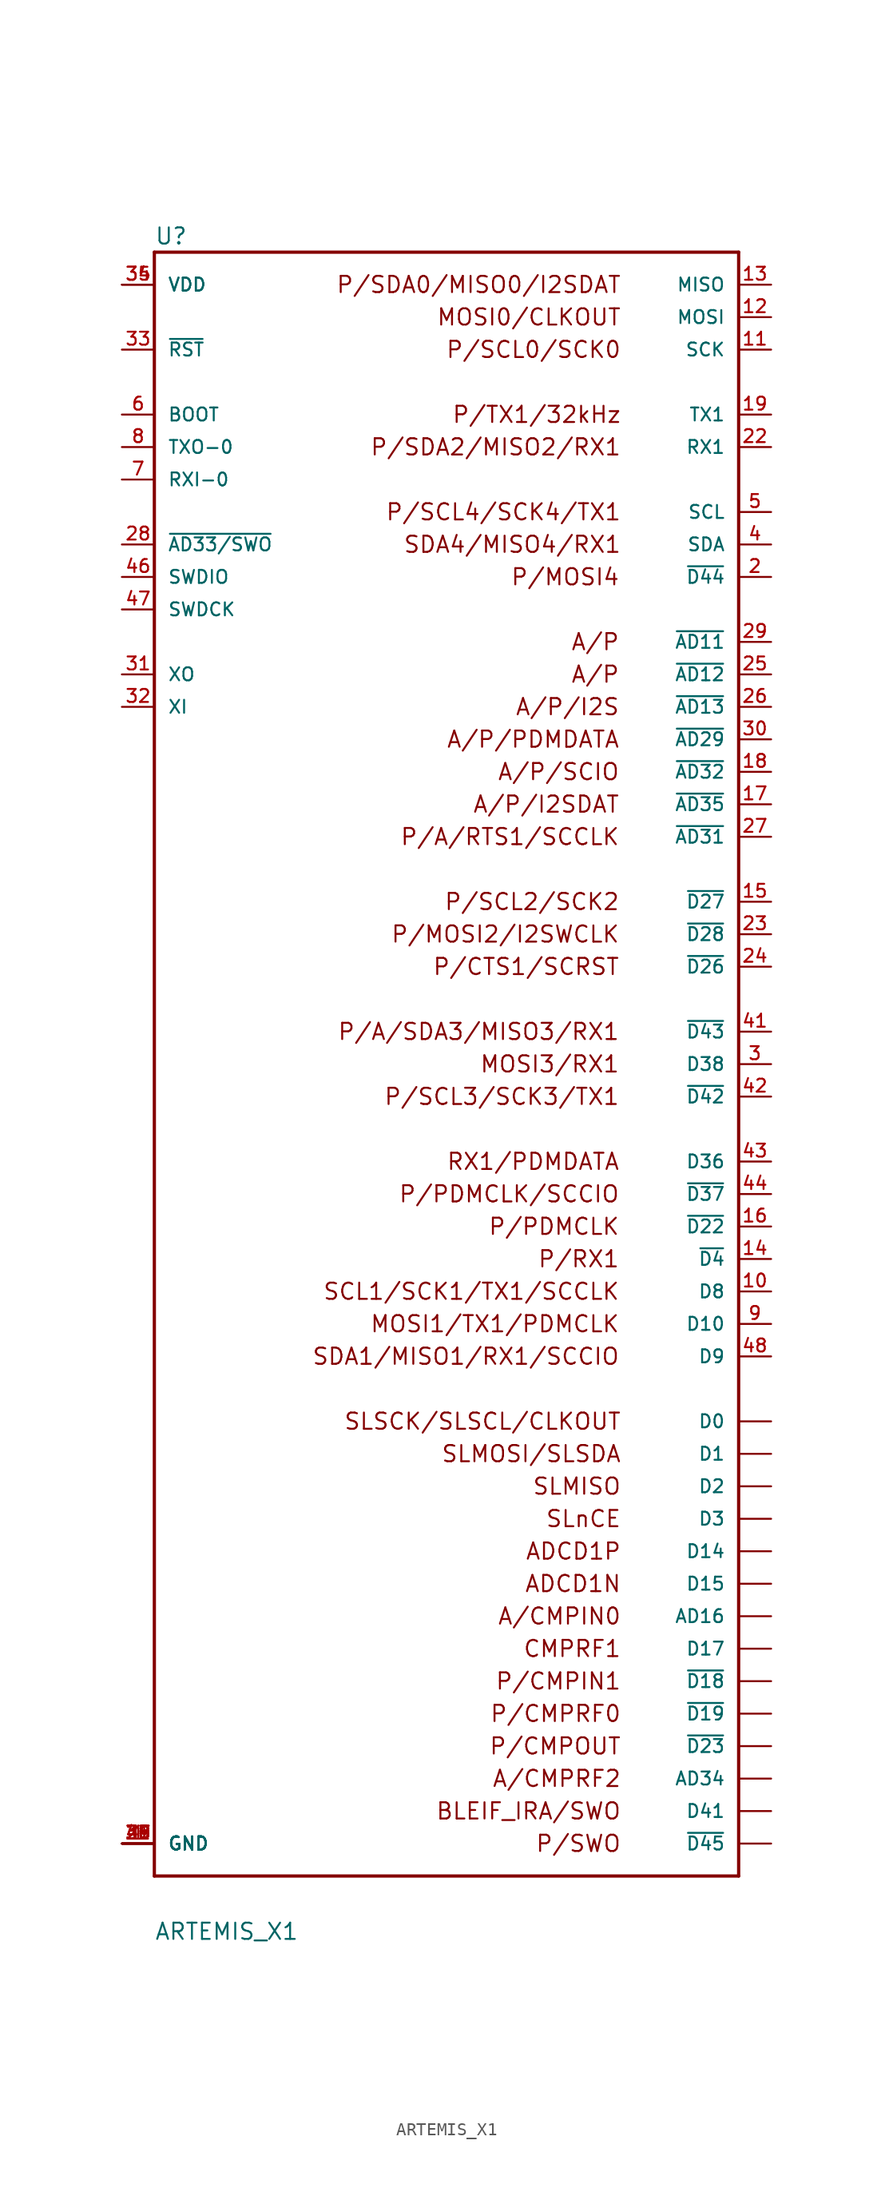
<source format=kicad_sym>
(kicad_symbol_lib
  (version 20201005)
  (generator kicad_symbol_editor)
  (symbol "ARTEMIS_X1"
    (pin_names
      (offset 1.016))
    (property "Reference" "U"
      (at -12.7 36.068 0)
      (effects (font (size 1.27 1.27)) (justify left bottom)))
    (property "Value" "ARTEMIS_X1"
      (at -12.7 -96.52 0)
      (effects (font (size 1.27 1.27)) (justify left bottom)))
    (property "ki_locked" ""
      (at 0 0 0)
      (effects (font (size 1.27 1.27))))
    (symbol "ARTEMIS_X1_0_0"
      (text "P/SDA0/MISO0/I2SDAT" (at 23.876 33.02 0) (effects (font (size 1.27 1.27)) (justify right)))
      (text "MOSI0/CLKOUT" (at 23.876 30.48 0) (effects (font (size 1.27 1.27)) (justify right)))
      (text "P/SCL0/SCK0" (at 23.876 27.94 0) (effects (font (size 1.27 1.27)) (justify right)))
      (text "P/TX1/32kHz" (at 23.876 22.86 0) (effects (font (size 1.27 1.27)) (justify right)))
      (text "P/SDA2/MISO2/RX1" (at 23.876 20.32 0) (effects (font (size 1.27 1.27)) (justify right)))
      (text "P/SCL4/SCK4/TX1" (at 23.876 15.24 0) (effects (font (size 1.27 1.27)) (justify right)))
      (text "SDA4/MISO4/RX1" (at 23.876 12.7 0) (effects (font (size 1.27 1.27)) (justify right)))
      (text "A/P" (at 23.749 5.08 0) (effects (font (size 1.27 1.27)) (justify right)))
      (text "A/P" (at 23.749 2.54 0) (effects (font (size 1.27 1.27)) (justify right)))
      (text "A/P/I2S" (at 23.749 0 0) (effects (font (size 1.27 1.27)) (justify right)))
      (text "P/SCL2/SCK2" (at 23.749 -15.24 0) (effects (font (size 1.27 1.27)) (justify right)))
      (text "P/MOSI2/I2SWCLK" (at 23.749 -17.78 0) (effects (font (size 1.27 1.27)) (justify right)))
      (text "A/P/PDMDATA" (at 23.749 -2.54 0) (effects (font (size 1.27 1.27)) (justify right)))
      (text "A/P/SCIO" (at 23.749 -5.08 0) (effects (font (size 1.27 1.27)) (justify right)))
      (text "A/P/I2SDAT" (at 23.749 -7.62 0) (effects (font (size 1.27 1.27)) (justify right)))
      (text "P/MOSI4" (at 23.749 10.16 0) (effects (font (size 1.27 1.27)) (justify right)))
      (text "P/CTS1/SCRST" (at 23.749 -20.32 0) (effects (font (size 1.27 1.27)) (justify right)))
      (text "P/A/RTS1/SCCLK" (at 23.749 -10.16 0) (effects (font (size 1.27 1.27)) (justify right)))
      (text "P/A/SDA3/MISO3/RX1" (at 23.749 -25.4 0) (effects (font (size 1.27 1.27)) (justify right)))
      (text "MOSI3/RX1" (at 23.749 -27.94 0) (effects (font (size 1.27 1.27)) (justify right)))
      (text "P/SCL3/SCK3/TX1" (at 23.749 -30.48 0) (effects (font (size 1.27 1.27)) (justify right)))
      (text "RX1/PDMDATA" (at 23.749 -35.56 0) (effects (font (size 1.27 1.27)) (justify right)))
      (text "P/PDMCLK/SCCIO" (at 23.749 -38.1 0) (effects (font (size 1.27 1.27)) (justify right)))
      (text "P/PDMCLK" (at 23.749 -40.64 0) (effects (font (size 1.27 1.27)) (justify right)))
      (text "P/RX1" (at 23.749 -43.18 0) (effects (font (size 1.27 1.27)) (justify right)))
      (text "SCL1/SCK1/TX1/SCCLK" (at 23.749 -45.72 0) (effects (font (size 1.27 1.27)) (justify right)))
      (text "MOSI1/TX1/PDMCLK" (at 23.749 -48.26 0) (effects (font (size 1.27 1.27)) (justify right)))
      (text "SDA1/MISO1/RX1/SCCIO" (at 23.749 -50.8 0) (effects (font (size 1.27 1.27)) (justify right)))
      (text "SLSCK/SLSCL/CLKOUT" (at 23.876 -55.88 0) (effects (font (size 1.27 1.27)) (justify right)))
      (text "SLMOSI/SLSDA" (at 23.876 -58.42 0) (effects (font (size 1.27 1.27)) (justify right)))
      (text "SLMISO" (at 23.876 -60.96 0) (effects (font (size 1.27 1.27)) (justify right)))
      (text "SLnCE" (at 23.876 -63.5 0) (effects (font (size 1.27 1.27)) (justify right)))
      (text "ADCD1P" (at 23.876 -66.04 0) (effects (font (size 1.27 1.27)) (justify right)))
      (text "ADCD1N" (at 23.876 -68.58 0) (effects (font (size 1.27 1.27)) (justify right)))
      (text "A/CMPIN0" (at 23.876 -71.12 0) (effects (font (size 1.27 1.27)) (justify right)))
      (text "CMPRF1" (at 23.876 -73.66 0) (effects (font (size 1.27 1.27)) (justify right)))
      (text "P/CMPIN1" (at 23.876 -76.2 0) (effects (font (size 1.27 1.27)) (justify right)))
      (text "P/CMPRF0" (at 23.876 -78.74 0) (effects (font (size 1.27 1.27)) (justify right)))
      (text "P/CMPOUT" (at 23.876 -81.28 0) (effects (font (size 1.27 1.27)) (justify right)))
      (text "A/CMPRF2" (at 23.876 -83.82 0) (effects (font (size 1.27 1.27)) (justify right)))
      (text "BLEIF_IRA/SWO" (at 23.876 -86.36 0) (effects (font (size 1.27 1.27)) (justify right)))
      (text "P/SWO" (at 23.876 -88.9 0) (effects (font (size 1.27 1.27)) (justify right)))
      (polyline (pts (xy -12.7 35.56) (xy 33.02 35.56)) (stroke (width 0.254)) (fill (type none)))
      (polyline (pts (xy 33.02 35.56) (xy 33.02 -91.44)) (stroke (width 0.254)) (fill (type none)))
      (polyline (pts (xy 33.02 -91.44) (xy -12.7 -91.44)) (stroke (width 0.254)) (fill (type none)))
      (polyline (pts (xy -12.7 -91.44) (xy -12.7 35.56)) (stroke (width 0.254)) (fill (type none)))
      (pin bidirectional line (at -15.24 -88.9 0) (length 2.54) (name "GND" (effects (font (size 1.016 1.016)))) (number "1" (effects (font (size 1.016 1.016)))))
      (pin bidirectional line (at -15.24 -88.9 0) (length 2.54) (name "GND" (effects (font (size 1.016 1.016)))) (number "20" (effects (font (size 1.016 1.016)))))
      (pin bidirectional line (at -15.24 -88.9 0) (length 2.54) (name "GND" (effects (font (size 1.016 1.016)))) (number "21" (effects (font (size 1.016 1.016)))))
      (pin bidirectional line (at -15.24 -88.9 0) (length 2.54) (name "GND" (effects (font (size 1.016 1.016)))) (number "36" (effects (font (size 1.016 1.016)))))
      (pin bidirectional line (at -15.24 -88.9 0) (length 2.54) (name "GND" (effects (font (size 1.016 1.016)))) (number "37" (effects (font (size 1.016 1.016)))))
      (pin bidirectional line (at -15.24 -88.9 0) (length 2.54) (name "GND" (effects (font (size 1.016 1.016)))) (number "38" (effects (font (size 1.016 1.016)))))
      (pin bidirectional line (at -15.24 -88.9 0) (length 2.54) (name "GND" (effects (font (size 1.016 1.016)))) (number "39" (effects (font (size 1.016 1.016)))))
      (pin bidirectional line (at -15.24 -88.9 0) (length 2.54) (name "GND" (effects (font (size 1.016 1.016)))) (number "40" (effects (font (size 1.016 1.016)))))
      (pin bidirectional line (at -15.24 -88.9 0) (length 2.54) (name "GND" (effects (font (size 1.016 1.016)))) (number "45" (effects (font (size 1.016 1.016)))))
      (pin bidirectional line (at 35.56 10.16 180) (length 2.54) (name "~D44" (effects (font (size 1.016 1.016)))) (number "2" (effects (font (size 1.016 1.016)))))
      (pin bidirectional line (at 35.56 -27.94 180) (length 2.54) (name "D38" (effects (font (size 1.016 1.016)))) (number "3" (effects (font (size 1.016 1.016)))))
      (pin bidirectional line (at 35.56 12.7 180) (length 2.54) (name "SDA" (effects (font (size 1.016 1.016)))) (number "4" (effects (font (size 1.016 1.016)))))
      (pin bidirectional line (at 35.56 15.24 180) (length 2.54) (name "SCL" (effects (font (size 1.016 1.016)))) (number "5" (effects (font (size 1.016 1.016)))))
      (pin bidirectional line (at -15.24 22.86 0) (length 2.54) (name "BOOT" (effects (font (size 1.016 1.016)))) (number "6" (effects (font (size 1.016 1.016)))))
      (pin bidirectional line (at -15.24 17.78 0) (length 2.54) (name "RXI-0" (effects (font (size 1.016 1.016)))) (number "7" (effects (font (size 1.016 1.016)))))
      (pin bidirectional line (at -15.24 20.32 0) (length 2.54) (name "TXO-0" (effects (font (size 1.016 1.016)))) (number "8" (effects (font (size 1.016 1.016)))))
      (pin bidirectional line (at 35.56 -48.26 180) (length 2.54) (name "D10" (effects (font (size 1.016 1.016)))) (number "9" (effects (font (size 1.016 1.016)))))
      (pin bidirectional line (at 35.56 -45.72 180) (length 2.54) (name "D8" (effects (font (size 1.016 1.016)))) (number "10" (effects (font (size 1.016 1.016)))))
      (pin bidirectional line (at 35.56 27.94 180) (length 2.54) (name "SCK" (effects (font (size 1.016 1.016)))) (number "11" (effects (font (size 1.016 1.016)))))
      (pin bidirectional line (at 35.56 30.48 180) (length 2.54) (name "MOSI" (effects (font (size 1.016 1.016)))) (number "12" (effects (font (size 1.016 1.016)))))
      (pin bidirectional line (at 35.56 33.02 180) (length 2.54) (name "MISO" (effects (font (size 1.016 1.016)))) (number "13" (effects (font (size 1.016 1.016)))))
      (pin bidirectional line (at 35.56 -43.18 180) (length 2.54) (name "~D4" (effects (font (size 1.016 1.016)))) (number "14" (effects (font (size 1.016 1.016)))))
      (pin bidirectional line (at 35.56 -15.24 180) (length 2.54) (name "~D27" (effects (font (size 1.016 1.016)))) (number "15" (effects (font (size 1.016 1.016)))))
      (pin bidirectional line (at 35.56 -40.64 180) (length 2.54) (name "~D22" (effects (font (size 1.016 1.016)))) (number "16" (effects (font (size 1.016 1.016)))))
      (pin bidirectional line (at 35.56 -7.62 180) (length 2.54) (name "~AD35" (effects (font (size 1.016 1.016)))) (number "17" (effects (font (size 1.016 1.016)))))
      (pin bidirectional line (at 35.56 -5.08 180) (length 2.54) (name "~AD32" (effects (font (size 1.016 1.016)))) (number "18" (effects (font (size 1.016 1.016)))))
      (pin bidirectional line (at 35.56 22.86 180) (length 2.54) (name "TX1" (effects (font (size 1.016 1.016)))) (number "19" (effects (font (size 1.016 1.016)))))
      (pin bidirectional line (at 35.56 20.32 180) (length 2.54) (name "RX1" (effects (font (size 1.016 1.016)))) (number "22" (effects (font (size 1.016 1.016)))))
      (pin bidirectional line (at 35.56 -17.78 180) (length 2.54) (name "~D28" (effects (font (size 1.016 1.016)))) (number "23" (effects (font (size 1.016 1.016)))))
      (pin bidirectional line (at 35.56 -20.32 180) (length 2.54) (name "~D26" (effects (font (size 1.016 1.016)))) (number "24" (effects (font (size 1.016 1.016)))))
      (pin bidirectional line (at 35.56 2.54 180) (length 2.54) (name "~AD12" (effects (font (size 1.016 1.016)))) (number "25" (effects (font (size 1.016 1.016)))))
      (pin bidirectional line (at 35.56 0 180) (length 2.54) (name "~AD13" (effects (font (size 1.016 1.016)))) (number "26" (effects (font (size 1.016 1.016)))))
      (pin bidirectional line (at 35.56 -10.16 180) (length 2.54) (name "~AD31" (effects (font (size 1.016 1.016)))) (number "27" (effects (font (size 1.016 1.016)))))
      (pin bidirectional line (at -15.24 12.7 0) (length 2.54) (name "~AD33/SWO" (effects (font (size 1.016 1.016)))) (number "28" (effects (font (size 1.016 1.016)))))
      (pin bidirectional line (at 35.56 5.08 180) (length 2.54) (name "~AD11" (effects (font (size 1.016 1.016)))) (number "29" (effects (font (size 1.016 1.016)))))
      (pin bidirectional line (at 35.56 -2.54 180) (length 2.54) (name "~AD29" (effects (font (size 1.016 1.016)))) (number "30" (effects (font (size 1.016 1.016)))))
      (pin bidirectional line (at -15.24 2.54 0) (length 2.54) (name "XO" (effects (font (size 1.016 1.016)))) (number "31" (effects (font (size 1.016 1.016)))))
      (pin bidirectional line (at -15.24 0 0) (length 2.54) (name "XI" (effects (font (size 1.016 1.016)))) (number "32" (effects (font (size 1.016 1.016)))))
      (pin bidirectional line (at -15.24 27.94 0) (length 2.54) (name "~RST~" (effects (font (size 1.016 1.016)))) (number "33" (effects (font (size 1.016 1.016)))))
      (pin bidirectional line (at -15.24 33.02 0) (length 2.54) (name "VDD" (effects (font (size 1.016 1.016)))) (number "34" (effects (font (size 1.016 1.016)))))
      (pin bidirectional line (at -15.24 33.02 0) (length 2.54) (name "VDD" (effects (font (size 1.016 1.016)))) (number "35" (effects (font (size 1.016 1.016)))))
      (pin bidirectional line (at 35.56 -25.4 180) (length 2.54) (name "~D43" (effects (font (size 1.016 1.016)))) (number "41" (effects (font (size 1.016 1.016)))))
      (pin bidirectional line (at 35.56 -30.48 180) (length 2.54) (name "~D42" (effects (font (size 1.016 1.016)))) (number "42" (effects (font (size 1.016 1.016)))))
      (pin bidirectional line (at 35.56 -35.56 180) (length 2.54) (name "D36" (effects (font (size 1.016 1.016)))) (number "43" (effects (font (size 1.016 1.016)))))
      (pin bidirectional line (at 35.56 -38.1 180) (length 2.54) (name "~D37" (effects (font (size 1.016 1.016)))) (number "44" (effects (font (size 1.016 1.016)))))
      (pin bidirectional line (at -15.24 10.16 0) (length 2.54) (name "SWDIO" (effects (font (size 1.016 1.016)))) (number "46" (effects (font (size 1.016 1.016)))))
      (pin bidirectional line (at -15.24 7.62 0) (length 2.54) (name "SWDCK" (effects (font (size 1.016 1.016)))) (number "47" (effects (font (size 1.016 1.016)))))
      (pin bidirectional line (at 35.56 -50.8 180) (length 2.54) (name "D9" (effects (font (size 1.016 1.016)))) (number "48" (effects (font (size 1.016 1.016)))))
      (pin bidirectional line (at 35.56 -68.58 180) (length 2.54) (name "D15" (effects (font (size 1.016 1.016)))) (number "~" (effects (font (size 1.016 1.016)))))
      (pin bidirectional line (at 35.56 -66.04 180) (length 2.54) (name "D14" (effects (font (size 1.016 1.016)))) (number "~" (effects (font (size 1.016 1.016)))))
      (pin bidirectional line (at 35.56 -63.5 180) (length 2.54) (name "D3" (effects (font (size 1.016 1.016)))) (number "~" (effects (font (size 1.016 1.016)))))
      (pin bidirectional line (at 35.56 -60.96 180) (length 2.54) (name "D2" (effects (font (size 1.016 1.016)))) (number "~" (effects (font (size 1.016 1.016)))))
      (pin bidirectional line (at 35.56 -55.88 180) (length 2.54) (name "D0" (effects (font (size 1.016 1.016)))) (number "~" (effects (font (size 1.016 1.016)))))
      (pin bidirectional line (at 35.56 -58.42 180) (length 2.54) (name "D1" (effects (font (size 1.016 1.016)))) (number "~" (effects (font (size 1.016 1.016)))))
      (pin bidirectional line (at 35.56 -71.12 180) (length 2.54) (name "AD16" (effects (font (size 1.016 1.016)))) (number "~" (effects (font (size 1.016 1.016)))))
      (pin bidirectional line (at 35.56 -86.36 180) (length 2.54) (name "D41" (effects (font (size 1.016 1.016)))) (number "~" (effects (font (size 1.016 1.016)))))
      (pin bidirectional line (at 35.56 -83.82 180) (length 2.54) (name "AD34" (effects (font (size 1.016 1.016)))) (number "~" (effects (font (size 1.016 1.016)))))
      (pin bidirectional line (at 35.56 -81.28 180) (length 2.54) (name "~D23" (effects (font (size 1.016 1.016)))) (number "~" (effects (font (size 1.016 1.016)))))
      (pin bidirectional line (at 35.56 -78.74 180) (length 2.54) (name "~D19" (effects (font (size 1.016 1.016)))) (number "~" (effects (font (size 1.016 1.016)))))
      (pin bidirectional line (at 35.56 -73.66 180) (length 2.54) (name "D17" (effects (font (size 1.016 1.016)))) (number "~" (effects (font (size 1.016 1.016)))))
      (pin bidirectional line (at 35.56 -76.2 180) (length 2.54) (name "~D18" (effects (font (size 1.016 1.016)))) (number "~" (effects (font (size 1.016 1.016)))))
      (pin bidirectional line (at 35.56 -88.9 180) (length 2.54) (name "~D45" (effects (font (size 1.016 1.016)))) (number "~" (effects (font (size 1.016 1.016))))))))
</source>
